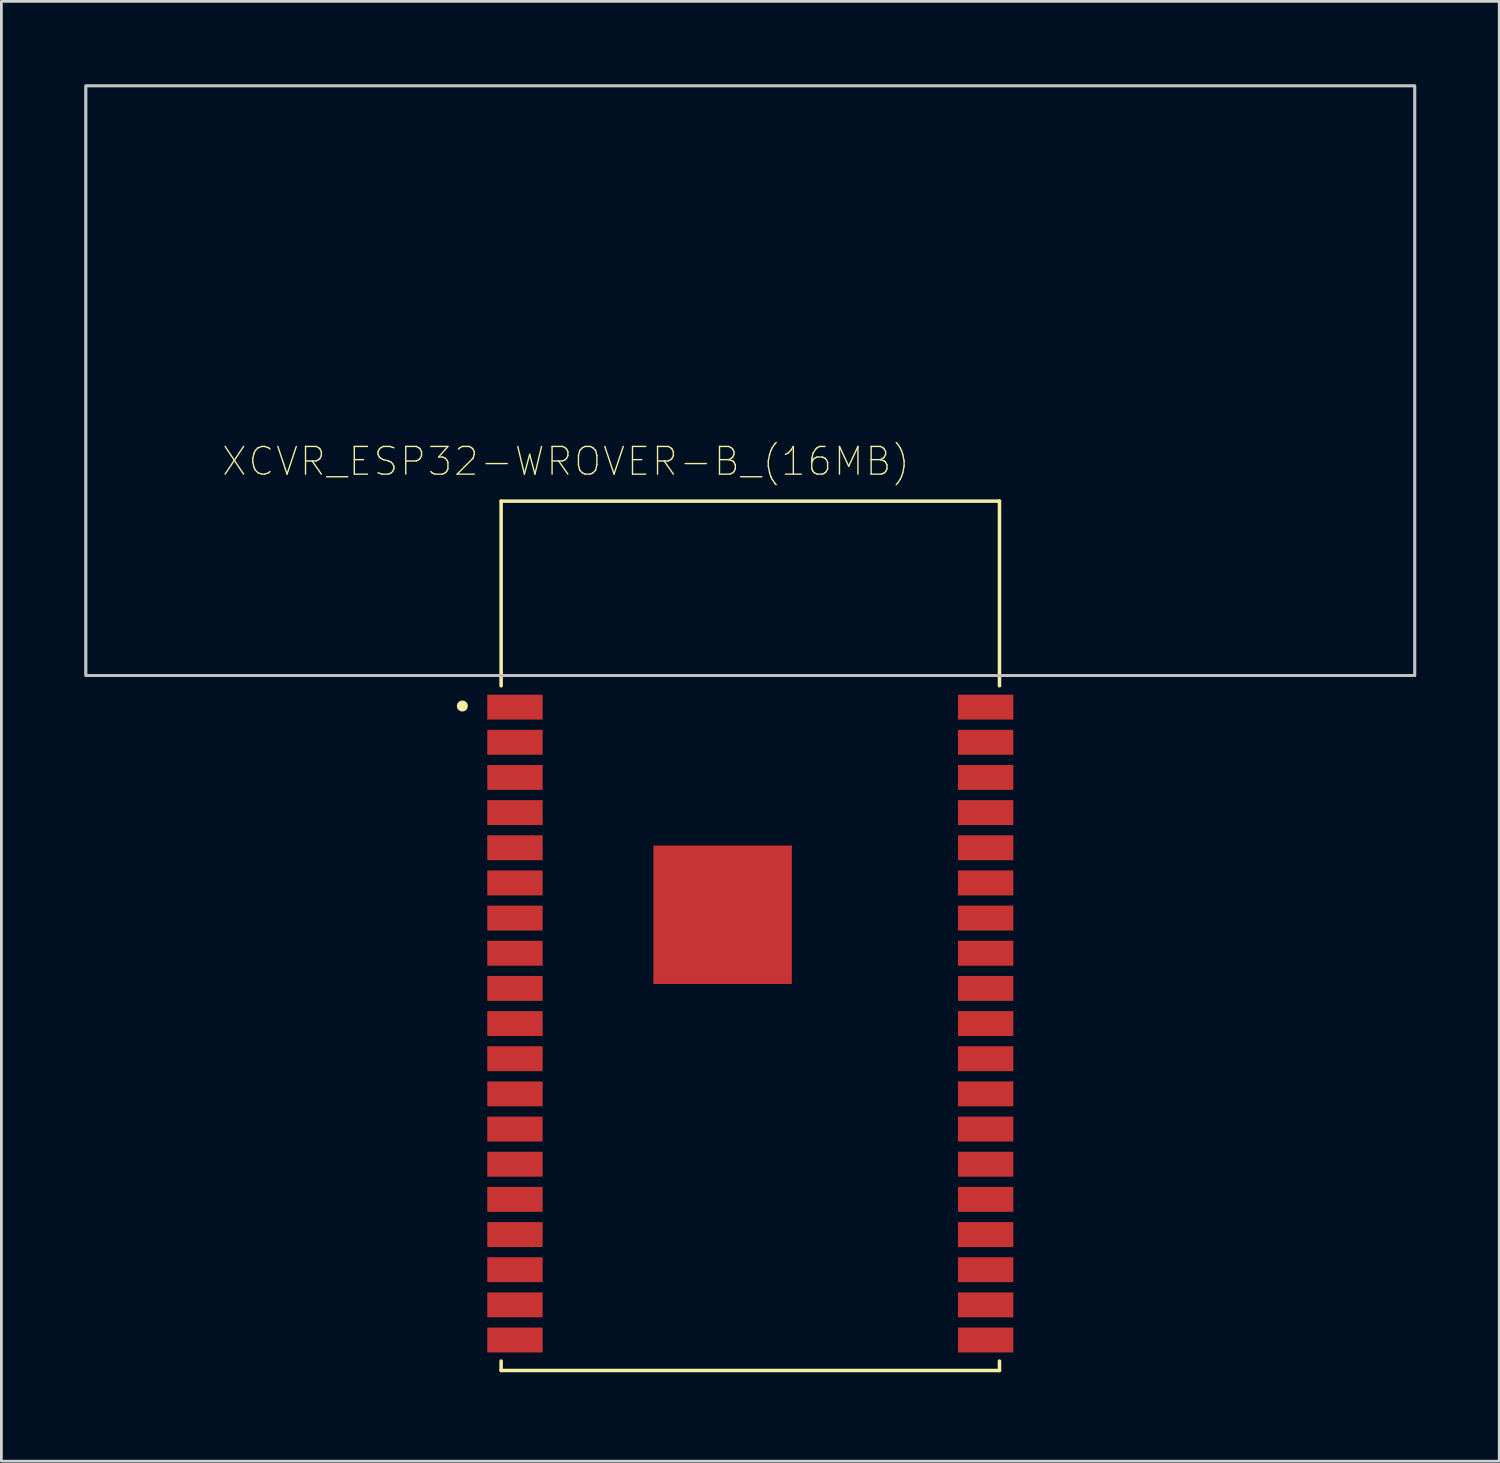
<source format=kicad_pcb>
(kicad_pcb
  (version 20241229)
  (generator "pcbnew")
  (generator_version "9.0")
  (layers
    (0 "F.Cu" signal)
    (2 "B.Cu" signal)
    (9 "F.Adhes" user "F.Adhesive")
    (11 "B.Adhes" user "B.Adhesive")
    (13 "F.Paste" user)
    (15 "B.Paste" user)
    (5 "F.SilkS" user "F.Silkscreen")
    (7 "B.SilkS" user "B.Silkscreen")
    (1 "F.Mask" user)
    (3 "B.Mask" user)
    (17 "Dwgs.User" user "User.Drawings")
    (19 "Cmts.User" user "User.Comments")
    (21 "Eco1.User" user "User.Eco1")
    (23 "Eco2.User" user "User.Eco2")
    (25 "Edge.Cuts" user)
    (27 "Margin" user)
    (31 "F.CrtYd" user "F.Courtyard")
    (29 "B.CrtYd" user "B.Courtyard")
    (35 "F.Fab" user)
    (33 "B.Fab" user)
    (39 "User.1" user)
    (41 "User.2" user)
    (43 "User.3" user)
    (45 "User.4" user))
  (footprint "XCVR_ESP32-WROVER-B_(16MB)"
    (layer "F.Cu")
    (at 24.05 30.75)
    (property "Reference" "XCVR_ESP32-WROVER-B_(16MB)" (at -6.66 -17.135 0) (layer "F.SilkS") (effects (font (size 1 1) (thickness 0.05))))
    (attr smd)
    (fp_line (start -9 -15.7) (end 9 -15.7) (stroke (width 0.127) (type solid)) (layer "F.SilkS"))
    (fp_line (start -9 -9.03) (end -9 -15.7) (stroke (width 0.127) (type solid)) (layer "F.SilkS"))
    (fp_line (start -9 15.36) (end -9 15.7) (stroke (width 0.127) (type solid)) (layer "F.SilkS"))
    (fp_line (start -9 15.7) (end 9 15.7) (stroke (width 0.127) (type solid)) (layer "F.SilkS"))
    (fp_line (start 9 -15.7) (end 9 -9.03) (stroke (width 0.127) (type solid)) (layer "F.SilkS"))
    (fp_line (start 9 15.7) (end 9 15.36) (stroke (width 0.127) (type solid)) (layer "F.SilkS"))
    (fp_circle (center -10.4 -8.3) (end -10.3 -8.3) (stroke (width 0.2) (type solid)) (fill no) (layer "F.SilkS"))
    (fp_poly (pts (xy -2.58 -2.34) (xy 0.58 -2.34) (xy 0.58 0.82) (xy -2.58 0.82)) (stroke (width 0) (type solid)) (fill yes) (layer "F.Paste"))
    (fp_poly (pts (xy -24 -30.7) (xy 24 -30.7) (xy 24 -9.4) (xy -24 -9.4)) (stroke (width 0.1) (type solid)) (fill no) (layer "Dwgs.User"))
    (fp_poly (pts (xy -24 -30.7) (xy 24 -30.7) (xy 24 -9.4) (xy -24 -9.4)) (stroke (width 0.1) (type solid)) (fill no) (layer "Dwgs.User"))
    (fp_line (start -24 -30.7) (end 24 -30.7) (stroke (width 0.05) (type solid)) (layer "Eco1.User"))
    (fp_line (start -24 -9.4) (end -24 -30.7) (stroke (width 0.05) (type solid)) (layer "Eco1.User"))
    (fp_line (start -9.75 -9.4) (end -24 -9.4) (stroke (width 0.05) (type solid)) (layer "Eco1.User"))
    (fp_line (start -9.75 -9.4) (end -9.75 15.95) (stroke (width 0.05) (type solid)) (layer "Eco1.User"))
    (fp_line (start -9.75 15.95) (end 9.75 15.95) (stroke (width 0.05) (type solid)) (layer "Eco1.User"))
    (fp_line (start 9.75 15.95) (end 9.75 -9.4) (stroke (width 0.05) (type solid)) (layer "Eco1.User"))
    (fp_line (start 24 -30.7) (end 24 -9.4) (stroke (width 0.05) (type solid)) (layer "Eco1.User"))
    (fp_line (start 24 -9.4) (end 9.75 -9.4) (stroke (width 0.05) (type solid)) (layer "Eco1.User"))
    (fp_line (start -9 -15.7) (end 9 -15.7) (stroke (width 0.127) (type solid)) (layer "Eco2.User"))
    (fp_line (start -9 -9.4) (end -9 -15.7) (stroke (width 0.127) (type solid)) (layer "Eco2.User"))
    (fp_line (start -9 -9.4) (end 9 -9.4) (stroke (width 0.127) (type solid)) (layer "Eco2.User"))
    (fp_line (start -9 15.7) (end -9 -9.4) (stroke (width 0.127) (type solid)) (layer "Eco2.User"))
    (fp_line (start 9 -15.7) (end 9 -9.4) (stroke (width 0.127) (type solid)) (layer "Eco2.User"))
    (fp_line (start 9 -9.4) (end 9 15.7) (stroke (width 0.127) (type solid)) (layer "Eco2.User"))
    (fp_line (start 9 15.7) (end -9 15.7) (stroke (width 0.127) (type solid)) (layer "Eco2.User"))
    (fp_circle (center -10.4 -8.3) (end -10.3 -8.3) (stroke (width 0.2) (type solid)) (fill no) (layer "Eco2.User"))
    (fp_text user "ANTENNA" (at -3.7 -11.9 0) (layer "Edge.Cuts") (effects (font (size 1 1) (thickness 0.05))))
    (pad "1" smd rect (at -8.5 -8.26) (size 2 0.9) (layers "F.Cu" "F.Mask" "F.Paste"))
    (pad "2" smd rect (at -8.5 -6.99) (size 2 0.9) (layers "F.Cu" "F.Mask" "F.Paste"))
    (pad "3" smd rect (at -8.5 -5.72) (size 2 0.9) (layers "F.Cu" "F.Mask" "F.Paste"))
    (pad "4" smd rect (at -8.5 -4.45) (size 2 0.9) (layers "F.Cu" "F.Mask" "F.Paste"))
    (pad "5" smd rect (at -8.5 -3.18) (size 2 0.9) (layers "F.Cu" "F.Mask" "F.Paste"))
    (pad "6" smd rect (at -8.5 -1.91) (size 2 0.9) (layers "F.Cu" "F.Mask" "F.Paste"))
    (pad "7" smd rect (at -8.5 -0.64) (size 2 0.9) (layers "F.Cu" "F.Mask" "F.Paste"))
    (pad "8" smd rect (at -8.5 0.63) (size 2 0.9) (layers "F.Cu" "F.Mask" "F.Paste"))
    (pad "9" smd rect (at -8.5 1.9) (size 2 0.9) (layers "F.Cu" "F.Mask" "F.Paste"))
    (pad "10" smd rect (at -8.5 3.17) (size 2 0.9) (layers "F.Cu" "F.Mask" "F.Paste"))
    (pad "11" smd rect (at -8.5 4.44) (size 2 0.9) (layers "F.Cu" "F.Mask" "F.Paste"))
    (pad "12" smd rect (at -8.5 5.71) (size 2 0.9) (layers "F.Cu" "F.Mask" "F.Paste"))
    (pad "13" smd rect (at -8.5 6.98) (size 2 0.9) (layers "F.Cu" "F.Mask" "F.Paste"))
    (pad "14" smd rect (at -8.5 8.25) (size 2 0.9) (layers "F.Cu" "F.Mask" "F.Paste"))
    (pad "15" smd rect (at -8.5 9.52) (size 2 0.9) (layers "F.Cu" "F.Mask" "F.Paste"))
    (pad "16" smd rect (at -8.5 10.79) (size 2 0.9) (layers "F.Cu" "F.Mask" "F.Paste"))
    (pad "17" smd rect (at -8.5 12.06) (size 2 0.9) (layers "F.Cu" "F.Mask" "F.Paste"))
    (pad "18" smd rect (at -8.5 13.33) (size 2 0.9) (layers "F.Cu" "F.Mask" "F.Paste"))
    (pad "19" smd rect (at -8.5 14.6) (size 2 0.9) (layers "F.Cu" "F.Mask" "F.Paste"))
    (pad "20" smd rect (at 8.5 14.6) (size 2 0.9) (layers "F.Cu" "F.Mask" "F.Paste"))
    (pad "21" smd rect (at 8.5 13.33) (size 2 0.9) (layers "F.Cu" "F.Mask" "F.Paste"))
    (pad "22" smd rect (at 8.5 12.06) (size 2 0.9) (layers "F.Cu" "F.Mask" "F.Paste"))
    (pad "23" smd rect (at 8.5 10.79) (size 2 0.9) (layers "F.Cu" "F.Mask" "F.Paste"))
    (pad "24" smd rect (at 8.5 9.52) (size 2 0.9) (layers "F.Cu" "F.Mask" "F.Paste"))
    (pad "25" smd rect (at 8.5 8.25) (size 2 0.9) (layers "F.Cu" "F.Mask" "F.Paste"))
    (pad "26" smd rect (at 8.5 6.98) (size 2 0.9) (layers "F.Cu" "F.Mask" "F.Paste"))
    (pad "27" smd rect (at 8.5 5.71) (size 2 0.9) (layers "F.Cu" "F.Mask" "F.Paste"))
    (pad "28" smd rect (at 8.5 4.44) (size 2 0.9) (layers "F.Cu" "F.Mask" "F.Paste"))
    (pad "29" smd rect (at 8.5 3.17) (size 2 0.9) (layers "F.Cu" "F.Mask" "F.Paste"))
    (pad "30" smd rect (at 8.5 1.9) (size 2 0.9) (layers "F.Cu" "F.Mask" "F.Paste"))
    (pad "31" smd rect (at 8.5 0.63) (size 2 0.9) (layers "F.Cu" "F.Mask" "F.Paste"))
    (pad "32" smd rect (at 8.5 -0.64) (size 2 0.9) (layers "F.Cu" "F.Mask" "F.Paste"))
    (pad "33" smd rect (at 8.5 -1.91) (size 2 0.9) (layers "F.Cu" "F.Mask" "F.Paste"))
    (pad "34" smd rect (at 8.5 -3.18) (size 2 0.9) (layers "F.Cu" "F.Mask" "F.Paste"))
    (pad "35" smd rect (at 8.5 -4.45) (size 2 0.9) (layers "F.Cu" "F.Mask" "F.Paste"))
    (pad "36" smd rect (at 8.5 -5.72) (size 2 0.9) (layers "F.Cu" "F.Mask" "F.Paste"))
    (pad "37" smd rect (at 8.5 -6.99) (size 2 0.9) (layers "F.Cu" "F.Mask" "F.Paste"))
    (pad "38" smd rect (at 8.5 -8.26) (size 2 0.9) (layers "F.Cu" "F.Mask" "F.Paste"))
    (pad "39" smd rect (at -1 -0.76) (size 5 5) (layers "F.Cu" "F.Mask" "F.Paste")))
  (gr_rect
    (start -3 -3)
    (end 51.1 49.725)
    (stroke (width 0.1) (type default))
    (fill no)
    (layer "Edge.Cuts")))
</source>
